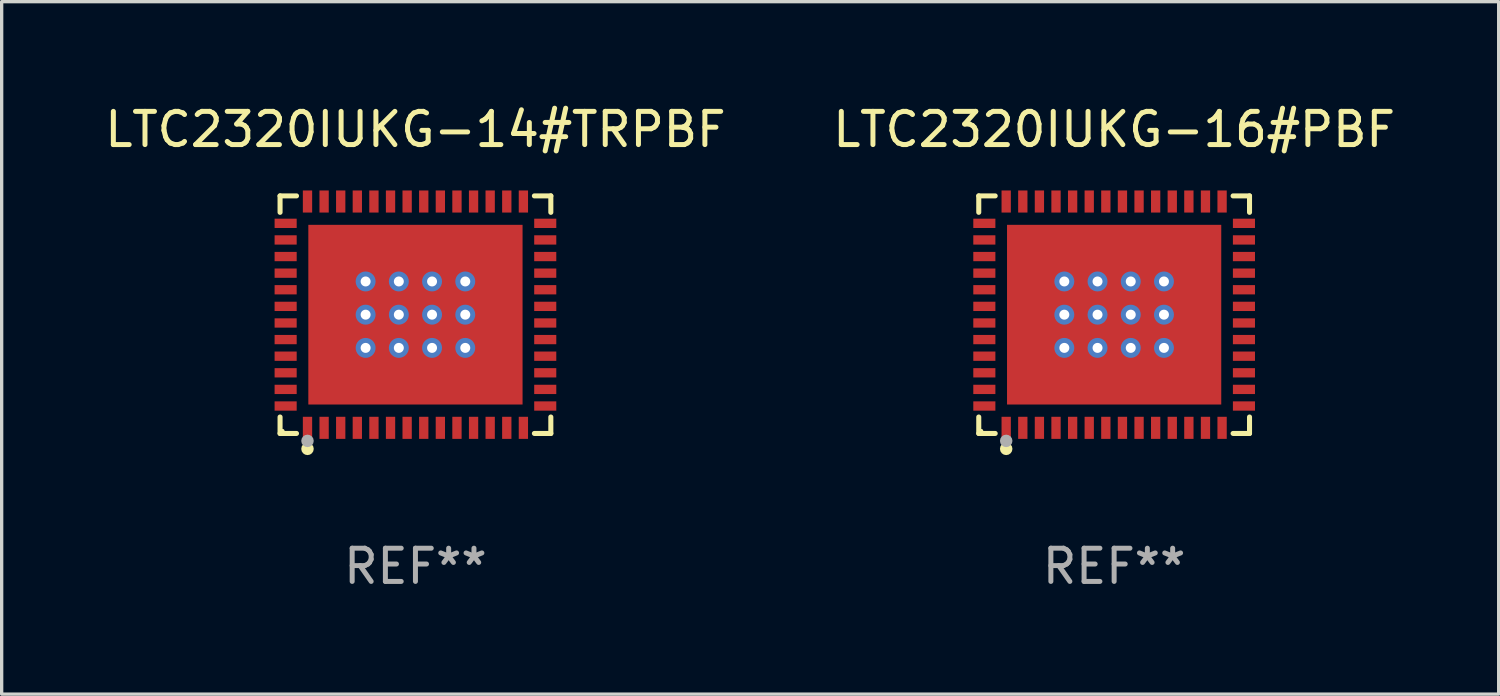
<source format=kicad_pcb>
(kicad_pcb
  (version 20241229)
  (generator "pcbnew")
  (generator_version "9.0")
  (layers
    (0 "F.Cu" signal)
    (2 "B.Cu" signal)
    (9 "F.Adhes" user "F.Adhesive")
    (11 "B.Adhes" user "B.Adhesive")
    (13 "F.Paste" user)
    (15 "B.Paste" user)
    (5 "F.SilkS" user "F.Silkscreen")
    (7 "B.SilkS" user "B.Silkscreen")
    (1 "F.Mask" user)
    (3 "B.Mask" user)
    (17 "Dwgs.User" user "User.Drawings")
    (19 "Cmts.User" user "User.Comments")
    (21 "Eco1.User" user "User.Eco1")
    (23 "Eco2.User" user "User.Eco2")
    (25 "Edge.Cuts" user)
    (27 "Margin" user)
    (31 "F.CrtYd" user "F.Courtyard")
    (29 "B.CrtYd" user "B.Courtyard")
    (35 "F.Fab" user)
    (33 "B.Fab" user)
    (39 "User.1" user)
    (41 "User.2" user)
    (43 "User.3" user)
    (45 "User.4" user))
  (footprint "LTC2320IUKG-14#TRPBF"
    (layer "F.Cu")
    (at 9.458 6.424)
    (property "Reference" "LTC2320IUKG-14#TRPBF" (at 0 -5.576 0) (layer "F.SilkS") (effects (font (size 1 1) (thickness 0.15))))
    (attr through_hole)
    (fp_line (start -4.076 -3.576) (end -3.581 -3.576) (stroke (width 0.152) (type solid)) (layer "F.SilkS"))
    (fp_line (start -4.076 -3.081) (end -4.076 -3.576) (stroke (width 0.152) (type solid)) (layer "F.SilkS"))
    (fp_line (start -4.076 3.081) (end -4.076 3.576) (stroke (width 0.152) (type solid)) (layer "F.SilkS"))
    (fp_line (start -4.076 3.576) (end -3.581 3.576) (stroke (width 0.152) (type solid)) (layer "F.SilkS"))
    (fp_line (start 4.076 -3.576) (end 3.581 -3.576) (stroke (width 0.152) (type solid)) (layer "F.SilkS"))
    (fp_line (start 4.076 -3.081) (end 4.076 -3.576) (stroke (width 0.152) (type solid)) (layer "F.SilkS"))
    (fp_line (start 4.076 3.081) (end 4.076 3.576) (stroke (width 0.152) (type solid)) (layer "F.SilkS"))
    (fp_line (start 4.076 3.576) (end 3.581 3.576) (stroke (width 0.152) (type solid)) (layer "F.SilkS"))
    (fp_circle (center -4 3.5) (end -3.97 3.5) (stroke (width 0.06) (type solid)) (fill no) (layer "F.SilkS"))
    (fp_circle (center -3.25 4.04) (end -3.156 4.04) (stroke (width 0.188) (type solid)) (fill no) (layer "F.SilkS"))
    (fp_circle (center -3.25 3.8) (end -3.156 3.8) (stroke (width 0.188) (type solid)) (fill no) (layer "F.Fab"))
    (fp_text user "REF**" (at 0 7.576 0) (layer "F.Fab") (effects (font (size 1 1) (thickness 0.15))))
    (pad "1" smd rect (at -3.25 3.407) (size 0.28 0.665) (layers "F.Cu" "F.Mask" "F.Paste"))
    (pad "2" smd rect (at -2.75 3.407) (size 0.28 0.665) (layers "F.Cu" "F.Mask" "F.Paste"))
    (pad "3" smd rect (at -2.25 3.407) (size 0.28 0.665) (layers "F.Cu" "F.Mask" "F.Paste"))
    (pad "4" smd rect (at -1.75 3.407) (size 0.28 0.665) (layers "F.Cu" "F.Mask" "F.Paste"))
    (pad "5" smd rect (at -1.25 3.407) (size 0.28 0.665) (layers "F.Cu" "F.Mask" "F.Paste"))
    (pad "6" smd rect (at -0.75 3.407) (size 0.28 0.665) (layers "F.Cu" "F.Mask" "F.Paste"))
    (pad "7" smd rect (at -0.25 3.407) (size 0.28 0.665) (layers "F.Cu" "F.Mask" "F.Paste"))
    (pad "8" smd rect (at 0.25 3.407) (size 0.28 0.665) (layers "F.Cu" "F.Mask" "F.Paste"))
    (pad "9" smd rect (at 0.75 3.407) (size 0.28 0.665) (layers "F.Cu" "F.Mask" "F.Paste"))
    (pad "10" smd rect (at 1.25 3.407) (size 0.28 0.665) (layers "F.Cu" "F.Mask" "F.Paste"))
    (pad "11" smd rect (at 1.75 3.407) (size 0.28 0.665) (layers "F.Cu" "F.Mask" "F.Paste"))
    (pad "12" smd rect (at 2.25 3.407) (size 0.28 0.665) (layers "F.Cu" "F.Mask" "F.Paste"))
    (pad "13" smd rect (at 2.75 3.407) (size 0.28 0.665) (layers "F.Cu" "F.Mask" "F.Paste"))
    (pad "14" smd rect (at 3.25 3.407) (size 0.28 0.665) (layers "F.Cu" "F.Mask" "F.Paste"))
    (pad "15" smd rect (at 3.908 2.75) (size 0.665 0.28) (layers "F.Cu" "F.Mask" "F.Paste"))
    (pad "16" smd rect (at 3.908 2.25) (size 0.665 0.28) (layers "F.Cu" "F.Mask" "F.Paste"))
    (pad "17" smd rect (at 3.908 1.75) (size 0.665 0.28) (layers "F.Cu" "F.Mask" "F.Paste"))
    (pad "18" smd rect (at 3.908 1.25) (size 0.665 0.28) (layers "F.Cu" "F.Mask" "F.Paste"))
    (pad "19" smd rect (at 3.908 0.75) (size 0.665 0.28) (layers "F.Cu" "F.Mask" "F.Paste"))
    (pad "20" smd rect (at 3.908 0.25) (size 0.665 0.28) (layers "F.Cu" "F.Mask" "F.Paste"))
    (pad "21" smd rect (at 3.908 -0.25) (size 0.665 0.28) (layers "F.Cu" "F.Mask" "F.Paste"))
    (pad "22" smd rect (at 3.908 -0.75) (size 0.665 0.28) (layers "F.Cu" "F.Mask" "F.Paste"))
    (pad "23" smd rect (at 3.908 -1.25) (size 0.665 0.28) (layers "F.Cu" "F.Mask" "F.Paste"))
    (pad "24" smd rect (at 3.908 -1.75) (size 0.665 0.28) (layers "F.Cu" "F.Mask" "F.Paste"))
    (pad "25" smd rect (at 3.908 -2.25) (size 0.665 0.28) (layers "F.Cu" "F.Mask" "F.Paste"))
    (pad "26" smd rect (at 3.908 -2.75) (size 0.665 0.28) (layers "F.Cu" "F.Mask" "F.Paste"))
    (pad "27" smd rect (at 3.25 -3.407) (size 0.28 0.665) (layers "F.Cu" "F.Mask" "F.Paste"))
    (pad "28" smd rect (at 2.75 -3.407) (size 0.28 0.665) (layers "F.Cu" "F.Mask" "F.Paste"))
    (pad "29" smd rect (at 2.25 -3.407) (size 0.28 0.665) (layers "F.Cu" "F.Mask" "F.Paste"))
    (pad "30" smd rect (at 1.75 -3.407) (size 0.28 0.665) (layers "F.Cu" "F.Mask" "F.Paste"))
    (pad "31" smd rect (at 1.25 -3.407) (size 0.28 0.665) (layers "F.Cu" "F.Mask" "F.Paste"))
    (pad "32" smd rect (at 0.75 -3.407) (size 0.28 0.665) (layers "F.Cu" "F.Mask" "F.Paste"))
    (pad "33" smd rect (at 0.25 -3.407) (size 0.28 0.665) (layers "F.Cu" "F.Mask" "F.Paste"))
    (pad "34" smd rect (at -0.25 -3.407) (size 0.28 0.665) (layers "F.Cu" "F.Mask" "F.Paste"))
    (pad "35" smd rect (at -0.75 -3.407) (size 0.28 0.665) (layers "F.Cu" "F.Mask" "F.Paste"))
    (pad "36" smd rect (at -1.25 -3.407) (size 0.28 0.665) (layers "F.Cu" "F.Mask" "F.Paste"))
    (pad "37" smd rect (at -1.75 -3.407) (size 0.28 0.665) (layers "F.Cu" "F.Mask" "F.Paste"))
    (pad "38" smd rect (at -2.25 -3.407) (size 0.28 0.665) (layers "F.Cu" "F.Mask" "F.Paste"))
    (pad "39" smd rect (at -2.75 -3.407) (size 0.28 0.665) (layers "F.Cu" "F.Mask" "F.Paste"))
    (pad "40" smd rect (at -3.25 -3.407) (size 0.28 0.665) (layers "F.Cu" "F.Mask" "F.Paste"))
    (pad "41" smd rect (at -3.908 -2.75) (size 0.665 0.28) (layers "F.Cu" "F.Mask" "F.Paste"))
    (pad "42" smd rect (at -3.908 -2.25) (size 0.665 0.28) (layers "F.Cu" "F.Mask" "F.Paste"))
    (pad "43" smd rect (at -3.908 -1.75) (size 0.665 0.28) (layers "F.Cu" "F.Mask" "F.Paste"))
    (pad "44" smd rect (at -3.908 -1.25) (size 0.665 0.28) (layers "F.Cu" "F.Mask" "F.Paste"))
    (pad "45" smd rect (at -3.908 -0.75) (size 0.665 0.28) (layers "F.Cu" "F.Mask" "F.Paste"))
    (pad "46" smd rect (at -3.908 -0.25) (size 0.665 0.28) (layers "F.Cu" "F.Mask" "F.Paste"))
    (pad "47" smd rect (at -3.908 0.25) (size 0.665 0.28) (layers "F.Cu" "F.Mask" "F.Paste"))
    (pad "48" smd rect (at -3.908 0.75) (size 0.665 0.28) (layers "F.Cu" "F.Mask" "F.Paste"))
    (pad "49" smd rect (at -3.908 1.25) (size 0.665 0.28) (layers "F.Cu" "F.Mask" "F.Paste"))
    (pad "50" smd rect (at -3.908 1.75) (size 0.665 0.28) (layers "F.Cu" "F.Mask" "F.Paste"))
    (pad "51" smd rect (at -3.908 2.25) (size 0.665 0.28) (layers "F.Cu" "F.Mask" "F.Paste"))
    (pad "52" smd rect (at -3.908 2.75) (size 0.665 0.28) (layers "F.Cu" "F.Mask" "F.Paste"))
    (pad "53" thru_hole circle (at -1.5 -1) (size 0.6 0.6) (drill 0.3) (layers "*.Cu" "*.Mask"))
    (pad "53" thru_hole circle (at -1.5 0) (size 0.6 0.6) (drill 0.3) (layers "*.Cu" "*.Mask"))
    (pad "53" thru_hole circle (at -1.5 1) (size 0.6 0.6) (drill 0.3) (layers "*.Cu" "*.Mask"))
    (pad "53" thru_hole circle (at -0.5 -1) (size 0.6 0.6) (drill 0.3) (layers "*.Cu" "*.Mask"))
    (pad "53" thru_hole circle (at -0.5 0) (size 0.6 0.6) (drill 0.3) (layers "*.Cu" "*.Mask"))
    (pad "53" thru_hole circle (at -0.5 1) (size 0.6 0.6) (drill 0.3) (layers "*.Cu" "*.Mask"))
    (pad "53" smd rect (at 0 0) (size 6.45 5.41) (layers "F.Cu" "F.Mask" "F.Paste"))
    (pad "53" thru_hole circle (at 0.5 -1) (size 0.6 0.6) (drill 0.3) (layers "*.Cu" "*.Mask"))
    (pad "53" thru_hole circle (at 0.5 0) (size 0.6 0.6) (drill 0.3) (layers "*.Cu" "*.Mask"))
    (pad "53" thru_hole circle (at 0.5 1) (size 0.6 0.6) (drill 0.3) (layers "*.Cu" "*.Mask"))
    (pad "53" thru_hole circle (at 1.5 -1) (size 0.6 0.6) (drill 0.3) (layers "*.Cu" "*.Mask"))
    (pad "53" thru_hole circle (at 1.5 0) (size 0.6 0.6) (drill 0.3) (layers "*.Cu" "*.Mask"))
    (pad "53" thru_hole circle (at 1.5 1) (size 0.6 0.6) (drill 0.3) (layers "*.Cu" "*.Mask")))
  (footprint "LTC2320IUKG-16#PBF"
    (layer "F.Cu")
    (at 30.494 6.424)
    (property "Reference" "LTC2320IUKG-16#PBF" (at 0 -5.576 0) (layer "F.SilkS") (effects (font (size 1 1) (thickness 0.15))))
    (attr through_hole)
    (fp_line (start -4.076 -3.576) (end -3.581 -3.576) (stroke (width 0.152) (type solid)) (layer "F.SilkS"))
    (fp_line (start -4.076 -3.081) (end -4.076 -3.576) (stroke (width 0.152) (type solid)) (layer "F.SilkS"))
    (fp_line (start -4.076 3.081) (end -4.076 3.576) (stroke (width 0.152) (type solid)) (layer "F.SilkS"))
    (fp_line (start -4.076 3.576) (end -3.581 3.576) (stroke (width 0.152) (type solid)) (layer "F.SilkS"))
    (fp_line (start 4.076 -3.576) (end 3.581 -3.576) (stroke (width 0.152) (type solid)) (layer "F.SilkS"))
    (fp_line (start 4.076 -3.081) (end 4.076 -3.576) (stroke (width 0.152) (type solid)) (layer "F.SilkS"))
    (fp_line (start 4.076 3.081) (end 4.076 3.576) (stroke (width 0.152) (type solid)) (layer "F.SilkS"))
    (fp_line (start 4.076 3.576) (end 3.581 3.576) (stroke (width 0.152) (type solid)) (layer "F.SilkS"))
    (fp_circle (center -4 3.5) (end -3.97 3.5) (stroke (width 0.06) (type solid)) (fill no) (layer "F.SilkS"))
    (fp_circle (center -3.25 4.04) (end -3.156 4.04) (stroke (width 0.188) (type solid)) (fill no) (layer "F.SilkS"))
    (fp_circle (center -3.25 3.8) (end -3.156 3.8) (stroke (width 0.188) (type solid)) (fill no) (layer "F.Fab"))
    (fp_text user "REF**" (at 0 7.576 0) (layer "F.Fab") (effects (font (size 1 1) (thickness 0.15))))
    (pad "1" smd rect (at -3.25 3.407) (size 0.28 0.665) (layers "F.Cu" "F.Mask" "F.Paste"))
    (pad "2" smd rect (at -2.75 3.407) (size 0.28 0.665) (layers "F.Cu" "F.Mask" "F.Paste"))
    (pad "3" smd rect (at -2.25 3.407) (size 0.28 0.665) (layers "F.Cu" "F.Mask" "F.Paste"))
    (pad "4" smd rect (at -1.75 3.407) (size 0.28 0.665) (layers "F.Cu" "F.Mask" "F.Paste"))
    (pad "5" smd rect (at -1.25 3.407) (size 0.28 0.665) (layers "F.Cu" "F.Mask" "F.Paste"))
    (pad "6" smd rect (at -0.75 3.407) (size 0.28 0.665) (layers "F.Cu" "F.Mask" "F.Paste"))
    (pad "7" smd rect (at -0.25 3.407) (size 0.28 0.665) (layers "F.Cu" "F.Mask" "F.Paste"))
    (pad "8" smd rect (at 0.25 3.407) (size 0.28 0.665) (layers "F.Cu" "F.Mask" "F.Paste"))
    (pad "9" smd rect (at 0.75 3.407) (size 0.28 0.665) (layers "F.Cu" "F.Mask" "F.Paste"))
    (pad "10" smd rect (at 1.25 3.407) (size 0.28 0.665) (layers "F.Cu" "F.Mask" "F.Paste"))
    (pad "11" smd rect (at 1.75 3.407) (size 0.28 0.665) (layers "F.Cu" "F.Mask" "F.Paste"))
    (pad "12" smd rect (at 2.25 3.407) (size 0.28 0.665) (layers "F.Cu" "F.Mask" "F.Paste"))
    (pad "13" smd rect (at 2.75 3.407) (size 0.28 0.665) (layers "F.Cu" "F.Mask" "F.Paste"))
    (pad "14" smd rect (at 3.25 3.407) (size 0.28 0.665) (layers "F.Cu" "F.Mask" "F.Paste"))
    (pad "15" smd rect (at 3.908 2.75) (size 0.665 0.28) (layers "F.Cu" "F.Mask" "F.Paste"))
    (pad "16" smd rect (at 3.908 2.25) (size 0.665 0.28) (layers "F.Cu" "F.Mask" "F.Paste"))
    (pad "17" smd rect (at 3.908 1.75) (size 0.665 0.28) (layers "F.Cu" "F.Mask" "F.Paste"))
    (pad "18" smd rect (at 3.908 1.25) (size 0.665 0.28) (layers "F.Cu" "F.Mask" "F.Paste"))
    (pad "19" smd rect (at 3.908 0.75) (size 0.665 0.28) (layers "F.Cu" "F.Mask" "F.Paste"))
    (pad "20" smd rect (at 3.908 0.25) (size 0.665 0.28) (layers "F.Cu" "F.Mask" "F.Paste"))
    (pad "21" smd rect (at 3.908 -0.25) (size 0.665 0.28) (layers "F.Cu" "F.Mask" "F.Paste"))
    (pad "22" smd rect (at 3.908 -0.75) (size 0.665 0.28) (layers "F.Cu" "F.Mask" "F.Paste"))
    (pad "23" smd rect (at 3.908 -1.25) (size 0.665 0.28) (layers "F.Cu" "F.Mask" "F.Paste"))
    (pad "24" smd rect (at 3.908 -1.75) (size 0.665 0.28) (layers "F.Cu" "F.Mask" "F.Paste"))
    (pad "25" smd rect (at 3.908 -2.25) (size 0.665 0.28) (layers "F.Cu" "F.Mask" "F.Paste"))
    (pad "26" smd rect (at 3.908 -2.75) (size 0.665 0.28) (layers "F.Cu" "F.Mask" "F.Paste"))
    (pad "27" smd rect (at 3.25 -3.407) (size 0.28 0.665) (layers "F.Cu" "F.Mask" "F.Paste"))
    (pad "28" smd rect (at 2.75 -3.407) (size 0.28 0.665) (layers "F.Cu" "F.Mask" "F.Paste"))
    (pad "29" smd rect (at 2.25 -3.407) (size 0.28 0.665) (layers "F.Cu" "F.Mask" "F.Paste"))
    (pad "30" smd rect (at 1.75 -3.407) (size 0.28 0.665) (layers "F.Cu" "F.Mask" "F.Paste"))
    (pad "31" smd rect (at 1.25 -3.407) (size 0.28 0.665) (layers "F.Cu" "F.Mask" "F.Paste"))
    (pad "32" smd rect (at 0.75 -3.407) (size 0.28 0.665) (layers "F.Cu" "F.Mask" "F.Paste"))
    (pad "33" smd rect (at 0.25 -3.407) (size 0.28 0.665) (layers "F.Cu" "F.Mask" "F.Paste"))
    (pad "34" smd rect (at -0.25 -3.407) (size 0.28 0.665) (layers "F.Cu" "F.Mask" "F.Paste"))
    (pad "35" smd rect (at -0.75 -3.407) (size 0.28 0.665) (layers "F.Cu" "F.Mask" "F.Paste"))
    (pad "36" smd rect (at -1.25 -3.407) (size 0.28 0.665) (layers "F.Cu" "F.Mask" "F.Paste"))
    (pad "37" smd rect (at -1.75 -3.407) (size 0.28 0.665) (layers "F.Cu" "F.Mask" "F.Paste"))
    (pad "38" smd rect (at -2.25 -3.407) (size 0.28 0.665) (layers "F.Cu" "F.Mask" "F.Paste"))
    (pad "39" smd rect (at -2.75 -3.407) (size 0.28 0.665) (layers "F.Cu" "F.Mask" "F.Paste"))
    (pad "40" smd rect (at -3.25 -3.407) (size 0.28 0.665) (layers "F.Cu" "F.Mask" "F.Paste"))
    (pad "41" smd rect (at -3.908 -2.75) (size 0.665 0.28) (layers "F.Cu" "F.Mask" "F.Paste"))
    (pad "42" smd rect (at -3.908 -2.25) (size 0.665 0.28) (layers "F.Cu" "F.Mask" "F.Paste"))
    (pad "43" smd rect (at -3.908 -1.75) (size 0.665 0.28) (layers "F.Cu" "F.Mask" "F.Paste"))
    (pad "44" smd rect (at -3.908 -1.25) (size 0.665 0.28) (layers "F.Cu" "F.Mask" "F.Paste"))
    (pad "45" smd rect (at -3.908 -0.75) (size 0.665 0.28) (layers "F.Cu" "F.Mask" "F.Paste"))
    (pad "46" smd rect (at -3.908 -0.25) (size 0.665 0.28) (layers "F.Cu" "F.Mask" "F.Paste"))
    (pad "47" smd rect (at -3.908 0.25) (size 0.665 0.28) (layers "F.Cu" "F.Mask" "F.Paste"))
    (pad "48" smd rect (at -3.908 0.75) (size 0.665 0.28) (layers "F.Cu" "F.Mask" "F.Paste"))
    (pad "49" smd rect (at -3.908 1.25) (size 0.665 0.28) (layers "F.Cu" "F.Mask" "F.Paste"))
    (pad "50" smd rect (at -3.908 1.75) (size 0.665 0.28) (layers "F.Cu" "F.Mask" "F.Paste"))
    (pad "51" smd rect (at -3.908 2.25) (size 0.665 0.28) (layers "F.Cu" "F.Mask" "F.Paste"))
    (pad "52" smd rect (at -3.908 2.75) (size 0.665 0.28) (layers "F.Cu" "F.Mask" "F.Paste"))
    (pad "53" thru_hole circle (at -1.5 -1) (size 0.6 0.6) (drill 0.3) (layers "*.Cu" "*.Mask"))
    (pad "53" thru_hole circle (at -1.5 0) (size 0.6 0.6) (drill 0.3) (layers "*.Cu" "*.Mask"))
    (pad "53" thru_hole circle (at -1.5 1) (size 0.6 0.6) (drill 0.3) (layers "*.Cu" "*.Mask"))
    (pad "53" thru_hole circle (at -0.5 -1) (size 0.6 0.6) (drill 0.3) (layers "*.Cu" "*.Mask"))
    (pad "53" thru_hole circle (at -0.5 0) (size 0.6 0.6) (drill 0.3) (layers "*.Cu" "*.Mask"))
    (pad "53" thru_hole circle (at -0.5 1) (size 0.6 0.6) (drill 0.3) (layers "*.Cu" "*.Mask"))
    (pad "53" smd rect (at 0 0) (size 6.45 5.41) (layers "F.Cu" "F.Mask" "F.Paste"))
    (pad "53" thru_hole circle (at 0.5 -1) (size 0.6 0.6) (drill 0.3) (layers "*.Cu" "*.Mask"))
    (pad "53" thru_hole circle (at 0.5 0) (size 0.6 0.6) (drill 0.3) (layers "*.Cu" "*.Mask"))
    (pad "53" thru_hole circle (at 0.5 1) (size 0.6 0.6) (drill 0.3) (layers "*.Cu" "*.Mask"))
    (pad "53" thru_hole circle (at 1.5 -1) (size 0.6 0.6) (drill 0.3) (layers "*.Cu" "*.Mask"))
    (pad "53" thru_hole circle (at 1.5 0) (size 0.6 0.6) (drill 0.3) (layers "*.Cu" "*.Mask"))
    (pad "53" thru_hole circle (at 1.5 1) (size 0.6 0.6) (drill 0.3) (layers "*.Cu" "*.Mask")))
  (gr_rect
    (start -3 -3)
    (end 42.071 17.849)
    (stroke (width 0.1) (type default))
    (fill no)
    (layer "Edge.Cuts")))
</source>
